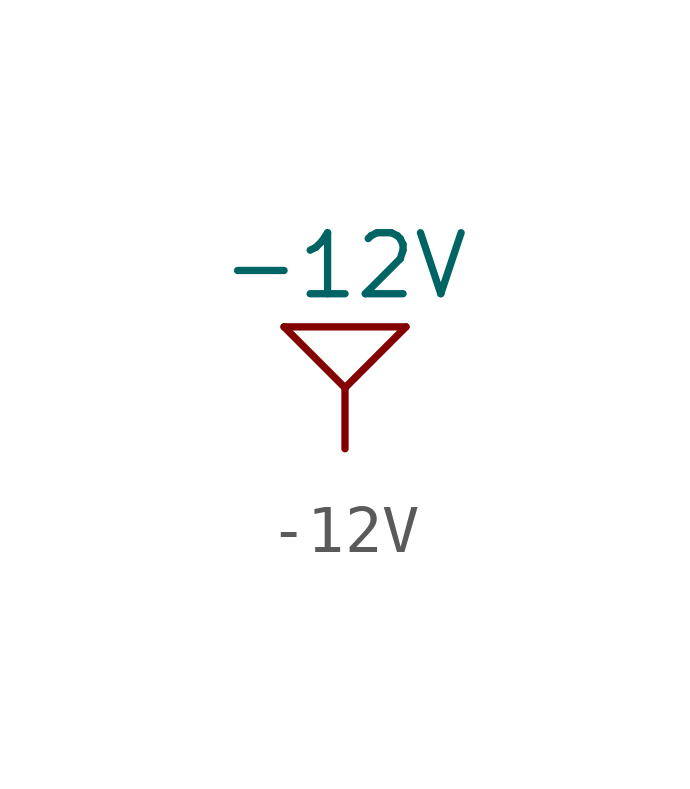
<source format=kicad_sym>
(kicad_symbol_lib
  (version 20211014)
  (generator kicad_symbol_editor)
  (symbol "-12V"
    (power)
    (pin_names
      (offset 0))
    (property "Reference" "#PWR"
      (at 0 -2.54 0)
      (effects (font (size 1.27 1.27)) hide))
    (property "Value" "-12V"
      (at 0 3.81 0)
      (effects (font (size 1.27 1.27))))
    (symbol "-12V_0_1"
      (rectangle (start -1.27 2.54) (end 1.27 2.54) (stroke (width 0) (type default) (color 0 0 0 0)) (fill (type none)))
      (polyline (pts (xy -1.27 2.54) (xy 0 1.27)) (stroke (width 0) (type default) (color 0 0 0 0)) (fill (type none)))
      (polyline (pts (xy 0 0) (xy 0 1.27)) (stroke (width 0) (type default) (color 0 0 0 0)) (fill (type none)))
      (polyline (pts (xy 0 1.27) (xy 1.27 2.54)) (stroke (width 0) (type default) (color 0 0 0 0)) (fill (type none))))
    (symbol "-12V_1_1"
      (pin power_in line (at 0 0 180) (length 0) hide (name "-12V" (effects (font (size 1.27 1.27)))) (number "1" (effects (font (size 1.27 1.27))))))))
</source>
